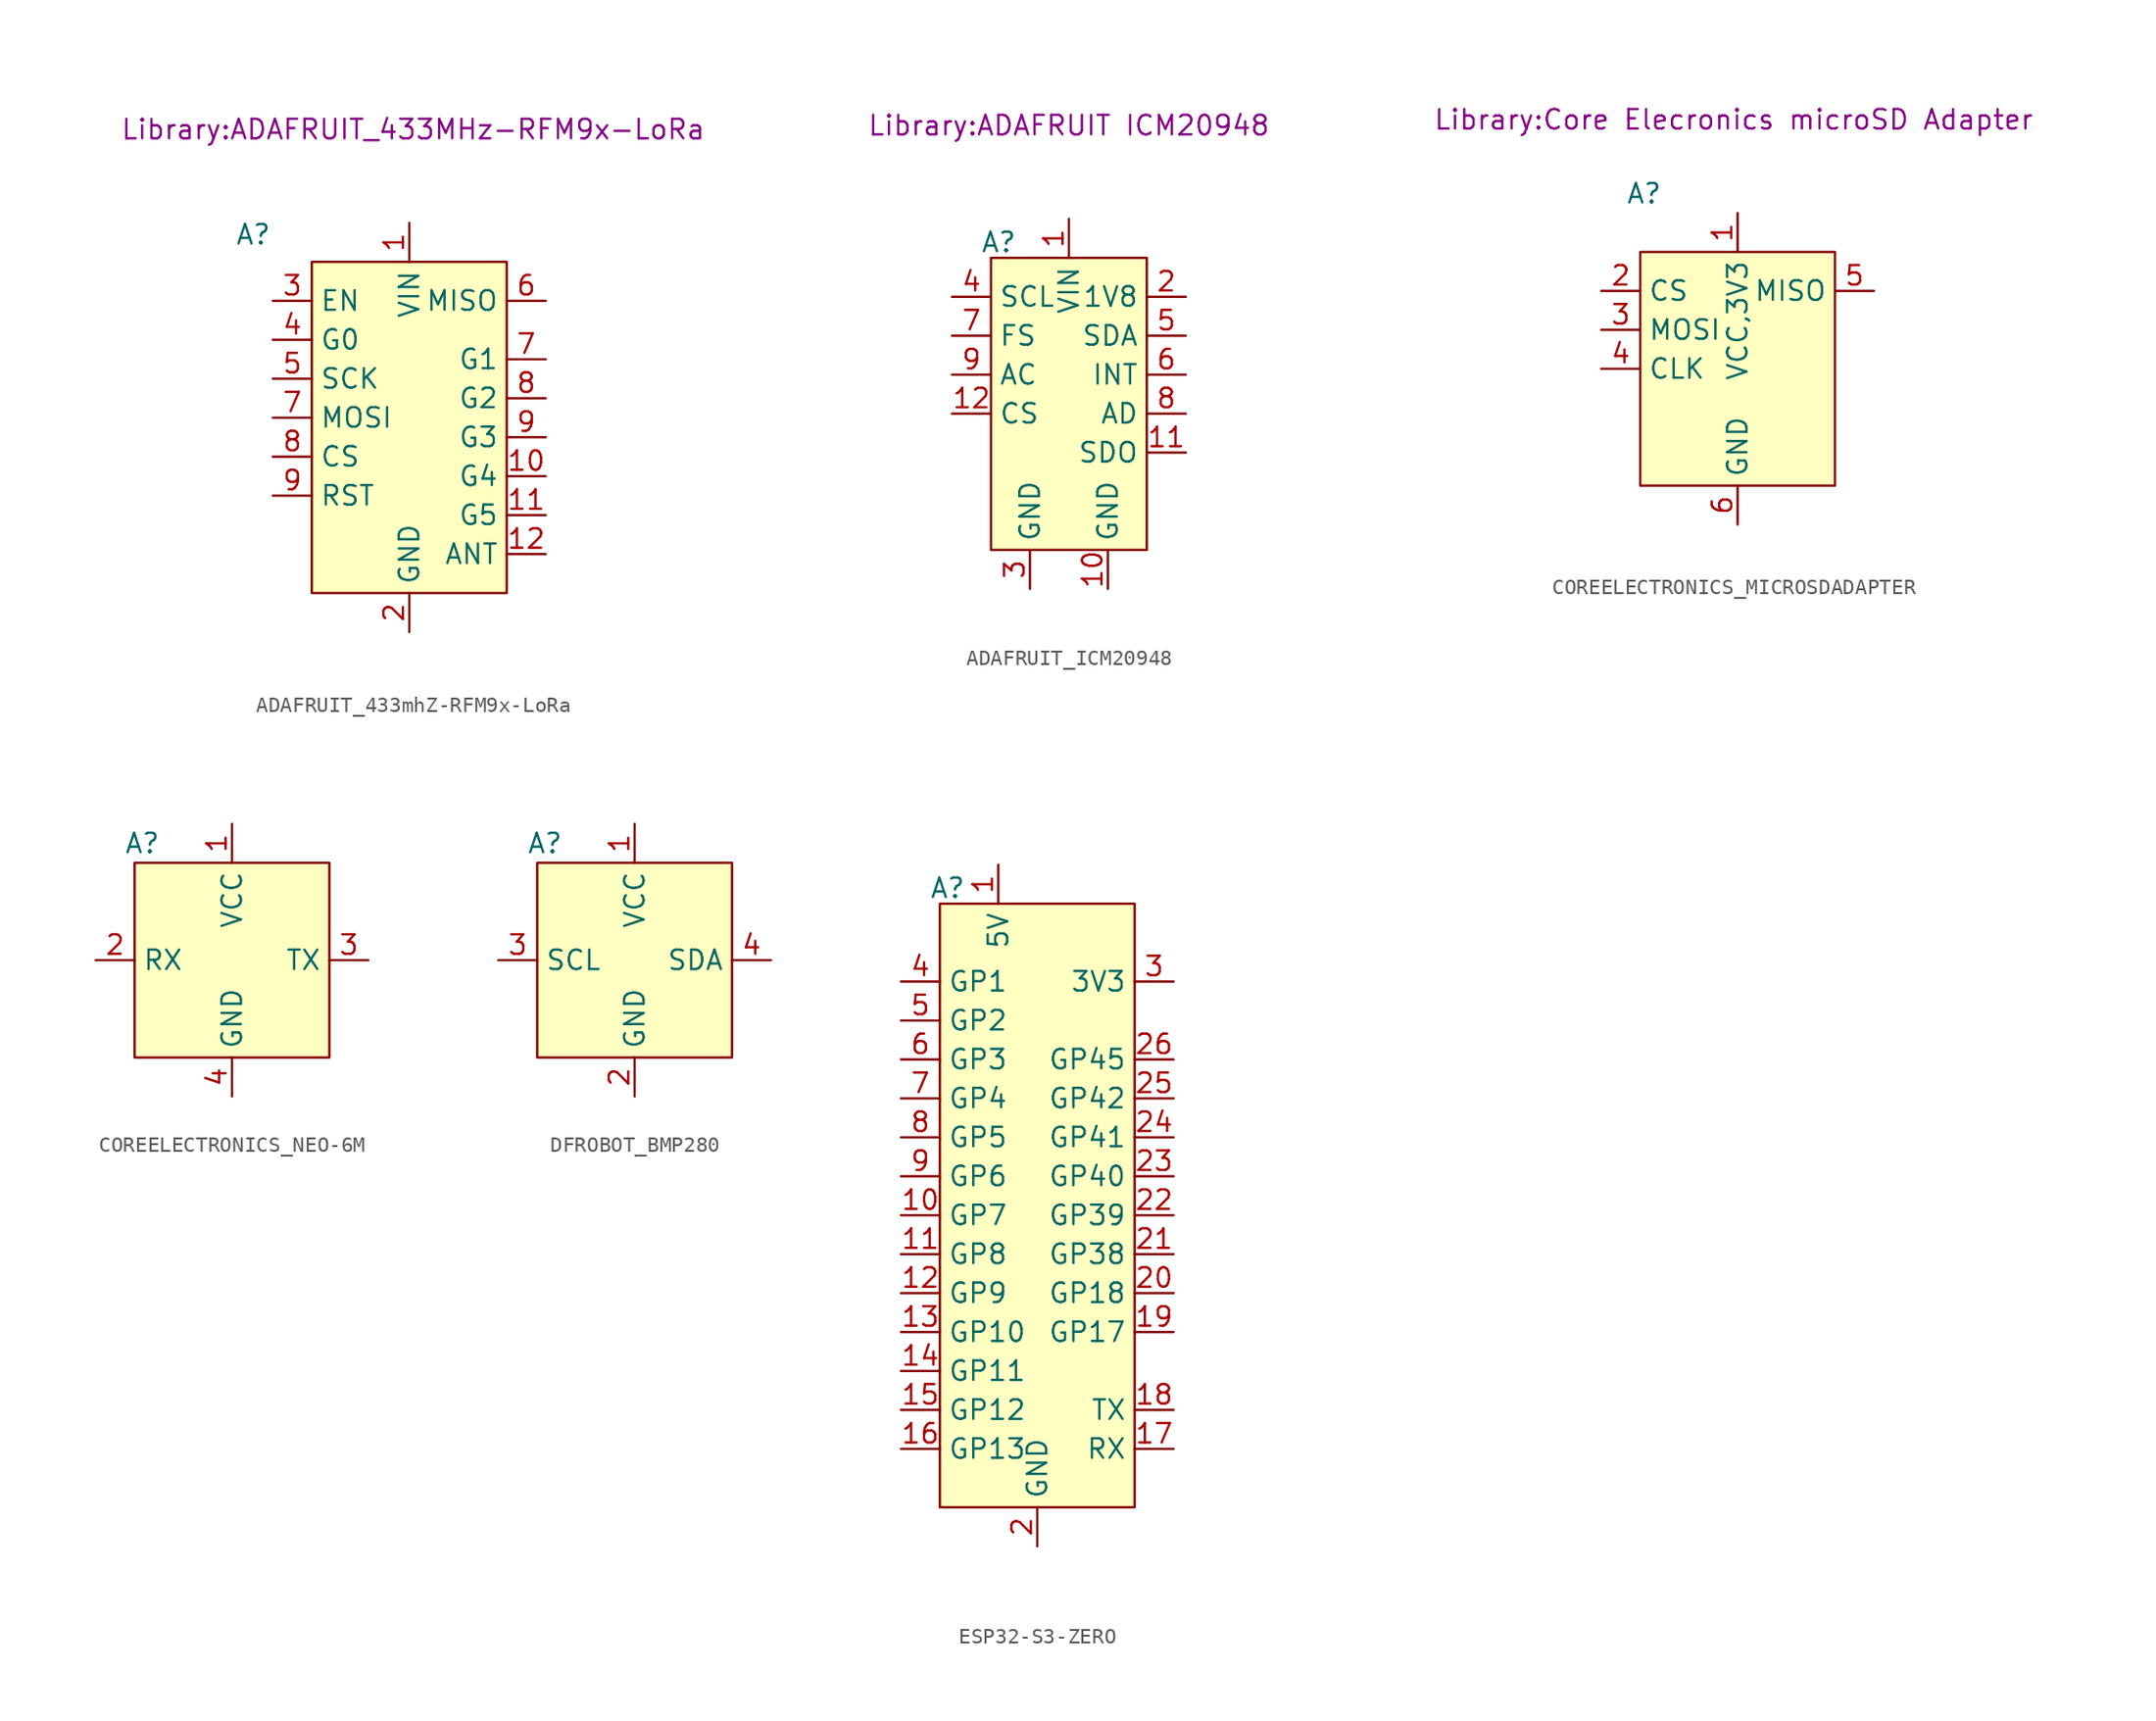
<source format=kicad_sym>
(kicad_symbol_lib
  (version 20231120)
  (generator "kicad_symbol_editor")
  (generator_version "8.0")
  (symbol "ADAFRUIT_433mhZ-RFM9x-LoRa"
    (property "Reference" "A"
      (at -10.16 8.128 0)
      (effects (font (size 1.27 1.27))))
    (property "Value" ""
      (at 0 0 0)
      (effects (font (size 1.27 1.27))))
    (property "Footprint" "Library:ADAFRUIT_433MHz-RFM9x-LoRa"
      (at 0.254 14.986 0)
      (effects (font (size 1.27 1.27))))
    (symbol "ADAFRUIT_433mhZ-RFM9x-LoRa_1_1"
      (rectangle (start -6.35 6.35) (end 6.35 -15.24) (stroke (width 0) (type default)) (fill (type background)))
      (pin input line (at 0 8.89 270) (length 2.54) (name "VIN" (effects (font (size 1.27 1.27)))) (number "1" (effects (font (size 1.27 1.27)))))
      (pin bidirectional line (at 8.89 -7.62 180) (length 2.54) (name "G4" (effects (font (size 1.27 1.27)))) (number "10" (effects (font (size 1.27 1.27)))))
      (pin bidirectional line (at 8.89 -10.16 180) (length 2.54) (name "G5" (effects (font (size 1.27 1.27)))) (number "11" (effects (font (size 1.27 1.27)))))
      (pin bidirectional line (at 8.89 -12.7 180) (length 2.54) (name "ANT" (effects (font (size 1.27 1.27)))) (number "12" (effects (font (size 1.27 1.27)))))
      (pin output line (at 0 -17.78 90) (length 2.54) (name "GND" (effects (font (size 1.27 1.27)))) (number "2" (effects (font (size 1.27 1.27)))))
      (pin input line (at -8.89 3.81 0) (length 2.54) (name "EN" (effects (font (size 1.27 1.27)))) (number "3" (effects (font (size 1.27 1.27)))))
      (pin input line (at -8.89 1.27 0) (length 2.54) (name "G0" (effects (font (size 1.27 1.27)))) (number "4" (effects (font (size 1.27 1.27)))))
      (pin input line (at -8.89 -1.27 0) (length 2.54) (name "SCK" (effects (font (size 1.27 1.27)))) (number "5" (effects (font (size 1.27 1.27)))))
      (pin output line (at 8.89 3.81 180) (length 2.54) (name "MISO" (effects (font (size 1.27 1.27)))) (number "6" (effects (font (size 1.27 1.27)))))
      (pin bidirectional line (at 8.89 0 180) (length 2.54) (name "G1" (effects (font (size 1.27 1.27)))) (number "7" (effects (font (size 1.27 1.27)))))
      (pin input line (at -8.89 -3.81 0) (length 2.54) (name "MOSI" (effects (font (size 1.27 1.27)))) (number "7" (effects (font (size 1.27 1.27)))))
      (pin input line (at -8.89 -6.35 0) (length 2.54) (name "CS" (effects (font (size 1.27 1.27)))) (number "8" (effects (font (size 1.27 1.27)))))
      (pin bidirectional line (at 8.89 -2.54 180) (length 2.54) (name "G2" (effects (font (size 1.27 1.27)))) (number "8" (effects (font (size 1.27 1.27)))))
      (pin bidirectional line (at 8.89 -5.08 180) (length 2.54) (name "G3" (effects (font (size 1.27 1.27)))) (number "9" (effects (font (size 1.27 1.27)))))
      (pin input line (at -8.89 -8.89 0) (length 2.54) (name "RST" (effects (font (size 1.27 1.27)))) (number "9" (effects (font (size 1.27 1.27)))))))
  (symbol "ADAFRUIT_ICM20948"
    (property "Reference" "A"
      (at -4.572 9.906 0)
      (effects (font (size 1.27 1.27))))
    (property "Value" ""
      (at 0 2.54 0)
      (effects (font (size 1.27 1.27))))
    (property "Footprint" "Library:ADAFRUIT ICM20948"
      (at 0 17.526 0)
      (effects (font (size 1.27 1.27))))
    (symbol "ADAFRUIT_ICM20948_1_1"
      (rectangle (start -5.08 8.89) (end 5.08 -10.16) (stroke (width 0) (type default)) (fill (type background)))
      (pin input line (at 0 11.43 270) (length 2.54) (name "VIN" (effects (font (size 1.27 1.27)))) (number "1" (effects (font (size 1.27 1.27)))))
      (pin output line (at 2.54 -12.7 90) (length 2.54) (name "GND" (effects (font (size 1.27 1.27)))) (number "10" (effects (font (size 1.27 1.27)))))
      (pin output line (at 7.62 -3.81 180) (length 2.54) (name "SDO" (effects (font (size 1.27 1.27)))) (number "11" (effects (font (size 1.27 1.27)))))
      (pin input line (at -7.62 -1.27 0) (length 2.54) (name "CS" (effects (font (size 1.27 1.27)))) (number "12" (effects (font (size 1.27 1.27)))))
      (pin output line (at 7.62 6.35 180) (length 2.54) (name "1V8" (effects (font (size 1.27 1.27)))) (number "2" (effects (font (size 1.27 1.27)))))
      (pin output line (at -2.54 -12.7 90) (length 2.54) (name "GND" (effects (font (size 1.27 1.27)))) (number "3" (effects (font (size 1.27 1.27)))))
      (pin input line (at -7.62 6.35 0) (length 2.54) (name "SCL" (effects (font (size 1.27 1.27)))) (number "4" (effects (font (size 1.27 1.27)))))
      (pin output line (at 7.62 3.81 180) (length 2.54) (name "SDA" (effects (font (size 1.27 1.27)))) (number "5" (effects (font (size 1.27 1.27)))))
      (pin output line (at 7.62 1.27 180) (length 2.54) (name "INT" (effects (font (size 1.27 1.27)))) (number "6" (effects (font (size 1.27 1.27)))))
      (pin input line (at -7.62 3.81 0) (length 2.54) (name "FS" (effects (font (size 1.27 1.27)))) (number "7" (effects (font (size 1.27 1.27)))))
      (pin output line (at 7.62 -1.27 180) (length 2.54) (name "AD" (effects (font (size 1.27 1.27)))) (number "8" (effects (font (size 1.27 1.27)))))
      (pin input line (at -7.62 1.27 0) (length 2.54) (name "AC" (effects (font (size 1.27 1.27)))) (number "9" (effects (font (size 1.27 1.27)))))))
  (symbol "COREELECTRONICS_MICROSDADAPTER"
    (property "Reference" "A"
      (at -6.096 10.16 0)
      (effects (font (size 1.27 1.27))))
    (property "Value" ""
      (at 0 0 0)
      (effects (font (size 1.27 1.27))))
    (property "Footprint" "Library:Core Elecronics microSD Adapter"
      (at -0.254 14.986 0)
      (effects (font (size 1.27 1.27))))
    (symbol "COREELECTRONICS_MICROSDADAPTER_1_1"
      (rectangle (start -6.35 6.35) (end 6.35 -8.89) (stroke (width 0) (type default)) (fill (type background)))
      (pin input line (at 0 8.89 270) (length 2.54) (name "VCC,3V3" (effects (font (size 1.27 1.27)))) (number "1" (effects (font (size 1.27 1.27)))))
      (pin input line (at -8.89 3.81 0) (length 2.54) (name "CS" (effects (font (size 1.27 1.27)))) (number "2" (effects (font (size 1.27 1.27)))))
      (pin input line (at -8.89 1.27 0) (length 2.54) (name "MOSI" (effects (font (size 1.27 1.27)))) (number "3" (effects (font (size 1.27 1.27)))))
      (pin input line (at -8.89 -1.27 0) (length 2.54) (name "CLK" (effects (font (size 1.27 1.27)))) (number "4" (effects (font (size 1.27 1.27)))))
      (pin output line (at 8.89 3.81 180) (length 2.54) (name "MISO" (effects (font (size 1.27 1.27)))) (number "5" (effects (font (size 1.27 1.27)))))
      (pin output line (at 0 -11.43 90) (length 2.54) (name "GND" (effects (font (size 1.27 1.27)))) (number "6" (effects (font (size 1.27 1.27)))))))
  (symbol "COREELECTRONICS_NEO-6M"
    (property "Reference" "A"
      (at -5.842 7.62 0)
      (effects (font (size 1.27 1.27))))
    (property "Value" ""
      (at 0 0 0)
      (effects (font (size 1.27 1.27))))
    (symbol "COREELECTRONICS_NEO-6M_1_1"
      (rectangle (start -6.35 6.35) (end 6.35 -6.35) (stroke (width 0) (type default)) (fill (type background)))
      (pin input line (at 0 8.89 270) (length 2.54) (name "VCC" (effects (font (size 1.27 1.27)))) (number "1" (effects (font (size 1.27 1.27)))))
      (pin input line (at -8.89 0 0) (length 2.54) (name "RX" (effects (font (size 1.27 1.27)))) (number "2" (effects (font (size 1.27 1.27)))))
      (pin output line (at 8.89 0 180) (length 2.54) (name "TX" (effects (font (size 1.27 1.27)))) (number "3" (effects (font (size 1.27 1.27)))))
      (pin output line (at 0 -8.89 90) (length 2.54) (name "GND" (effects (font (size 1.27 1.27)))) (number "4" (effects (font (size 1.27 1.27)))))))
  (symbol "DFROBOT_BMP280"
    (property "Reference" "A"
      (at -5.842 7.62 0)
      (effects (font (size 1.27 1.27))))
    (property "Value" ""
      (at 0 0 0)
      (effects (font (size 1.27 1.27))))
    (symbol "DFROBOT_BMP280_1_1"
      (rectangle (start -6.35 6.35) (end 6.35 -6.35) (stroke (width 0) (type default)) (fill (type background)))
      (pin input line (at 0 8.89 270) (length 2.54) (name "VCC" (effects (font (size 1.27 1.27)))) (number "1" (effects (font (size 1.27 1.27)))))
      (pin output line (at 0 -8.89 90) (length 2.54) (name "GND" (effects (font (size 1.27 1.27)))) (number "2" (effects (font (size 1.27 1.27)))))
      (pin input line (at -8.89 0 0) (length 2.54) (name "SCL" (effects (font (size 1.27 1.27)))) (number "3" (effects (font (size 1.27 1.27)))))
      (pin output line (at 8.89 0 180) (length 2.54) (name "SDA" (effects (font (size 1.27 1.27)))) (number "4" (effects (font (size 1.27 1.27)))))))
  (symbol "ESP32-S3-ZERO"
    (property "Reference" "A"
      (at -5.842 14.986 0)
      (effects (font (size 1.27 1.27))))
    (property "Value" ""
      (at 0 0 0)
      (effects (font (size 1.27 1.27))))
    (symbol "ESP32-S3-ZERO_1_1"
      (rectangle (start -6.35 13.97) (end 6.35 -25.4) (stroke (width 0) (type default)) (fill (type background)))
      (pin input line (at -2.54 16.51 270) (length 2.54) (name "5V" (effects (font (size 1.27 1.27)))) (number "1" (effects (font (size 1.27 1.27)))))
      (pin bidirectional line (at -8.89 -6.35 0) (length 2.54) (name "GP7" (effects (font (size 1.27 1.27)))) (number "10" (effects (font (size 1.27 1.27)))))
      (pin bidirectional line (at -8.89 -8.89 0) (length 2.54) (name "GP8" (effects (font (size 1.27 1.27)))) (number "11" (effects (font (size 1.27 1.27)))))
      (pin bidirectional line (at -8.89 -11.43 0) (length 2.54) (name "GP9" (effects (font (size 1.27 1.27)))) (number "12" (effects (font (size 1.27 1.27)))))
      (pin bidirectional line (at -8.89 -13.97 0) (length 2.54) (name "GP10" (effects (font (size 1.27 1.27)))) (number "13" (effects (font (size 1.27 1.27)))))
      (pin bidirectional line (at -8.89 -16.51 0) (length 2.54) (name "GP11" (effects (font (size 1.27 1.27)))) (number "14" (effects (font (size 1.27 1.27)))))
      (pin bidirectional line (at -8.89 -19.05 0) (length 2.54) (name "GP12" (effects (font (size 1.27 1.27)))) (number "15" (effects (font (size 1.27 1.27)))))
      (pin bidirectional line (at -8.89 -21.59 0) (length 2.54) (name "GP13" (effects (font (size 1.27 1.27)))) (number "16" (effects (font (size 1.27 1.27)))))
      (pin bidirectional line (at 8.89 -21.59 180) (length 2.54) (name "RX" (effects (font (size 1.27 1.27)))) (number "17" (effects (font (size 1.27 1.27)))))
      (pin bidirectional line (at 8.89 -19.05 180) (length 2.54) (name "TX" (effects (font (size 1.27 1.27)))) (number "18" (effects (font (size 1.27 1.27)))))
      (pin bidirectional line (at 8.89 -13.97 180) (length 2.54) (name "GP17" (effects (font (size 1.27 1.27)))) (number "19" (effects (font (size 1.27 1.27)))))
      (pin output line (at 0 -27.94 90) (length 2.54) (name "GND" (effects (font (size 1.27 1.27)))) (number "2" (effects (font (size 1.27 1.27)))))
      (pin bidirectional line (at 8.89 -11.43 180) (length 2.54) (name "GP18" (effects (font (size 1.27 1.27)))) (number "20" (effects (font (size 1.27 1.27)))))
      (pin bidirectional line (at 8.89 -8.89 180) (length 2.54) (name "GP38" (effects (font (size 1.27 1.27)))) (number "21" (effects (font (size 1.27 1.27)))))
      (pin bidirectional line (at 8.89 -6.35 180) (length 2.54) (name "GP39" (effects (font (size 1.27 1.27)))) (number "22" (effects (font (size 1.27 1.27)))))
      (pin bidirectional line (at 8.89 -3.81 180) (length 2.54) (name "GP40" (effects (font (size 1.27 1.27)))) (number "23" (effects (font (size 1.27 1.27)))))
      (pin bidirectional line (at 8.89 -1.27 180) (length 2.54) (name "GP41" (effects (font (size 1.27 1.27)))) (number "24" (effects (font (size 1.27 1.27)))))
      (pin bidirectional line (at 8.89 1.27 180) (length 2.54) (name "GP42" (effects (font (size 1.27 1.27)))) (number "25" (effects (font (size 1.27 1.27)))))
      (pin bidirectional line (at 8.89 3.81 180) (length 2.54) (name "GP45" (effects (font (size 1.27 1.27)))) (number "26" (effects (font (size 1.27 1.27)))))
      (pin output line (at 8.89 8.89 180) (length 2.54) (name "3V3" (effects (font (size 1.27 1.27)))) (number "3" (effects (font (size 1.27 1.27)))))
      (pin bidirectional line (at -8.89 8.89 0) (length 2.54) (name "GP1" (effects (font (size 1.27 1.27)))) (number "4" (effects (font (size 1.27 1.27)))))
      (pin bidirectional line (at -8.89 6.35 0) (length 2.54) (name "GP2" (effects (font (size 1.27 1.27)))) (number "5" (effects (font (size 1.27 1.27)))))
      (pin bidirectional line (at -8.89 3.81 0) (length 2.54) (name "GP3" (effects (font (size 1.27 1.27)))) (number "6" (effects (font (size 1.27 1.27)))))
      (pin bidirectional line (at -8.89 1.27 0) (length 2.54) (name "GP4" (effects (font (size 1.27 1.27)))) (number "7" (effects (font (size 1.27 1.27)))))
      (pin bidirectional line (at -8.89 -1.27 0) (length 2.54) (name "GP5" (effects (font (size 1.27 1.27)))) (number "8" (effects (font (size 1.27 1.27)))))
      (pin bidirectional line (at -8.89 -3.81 0) (length 2.54) (name "GP6" (effects (font (size 1.27 1.27)))) (number "9" (effects (font (size 1.27 1.27))))))))
</source>
